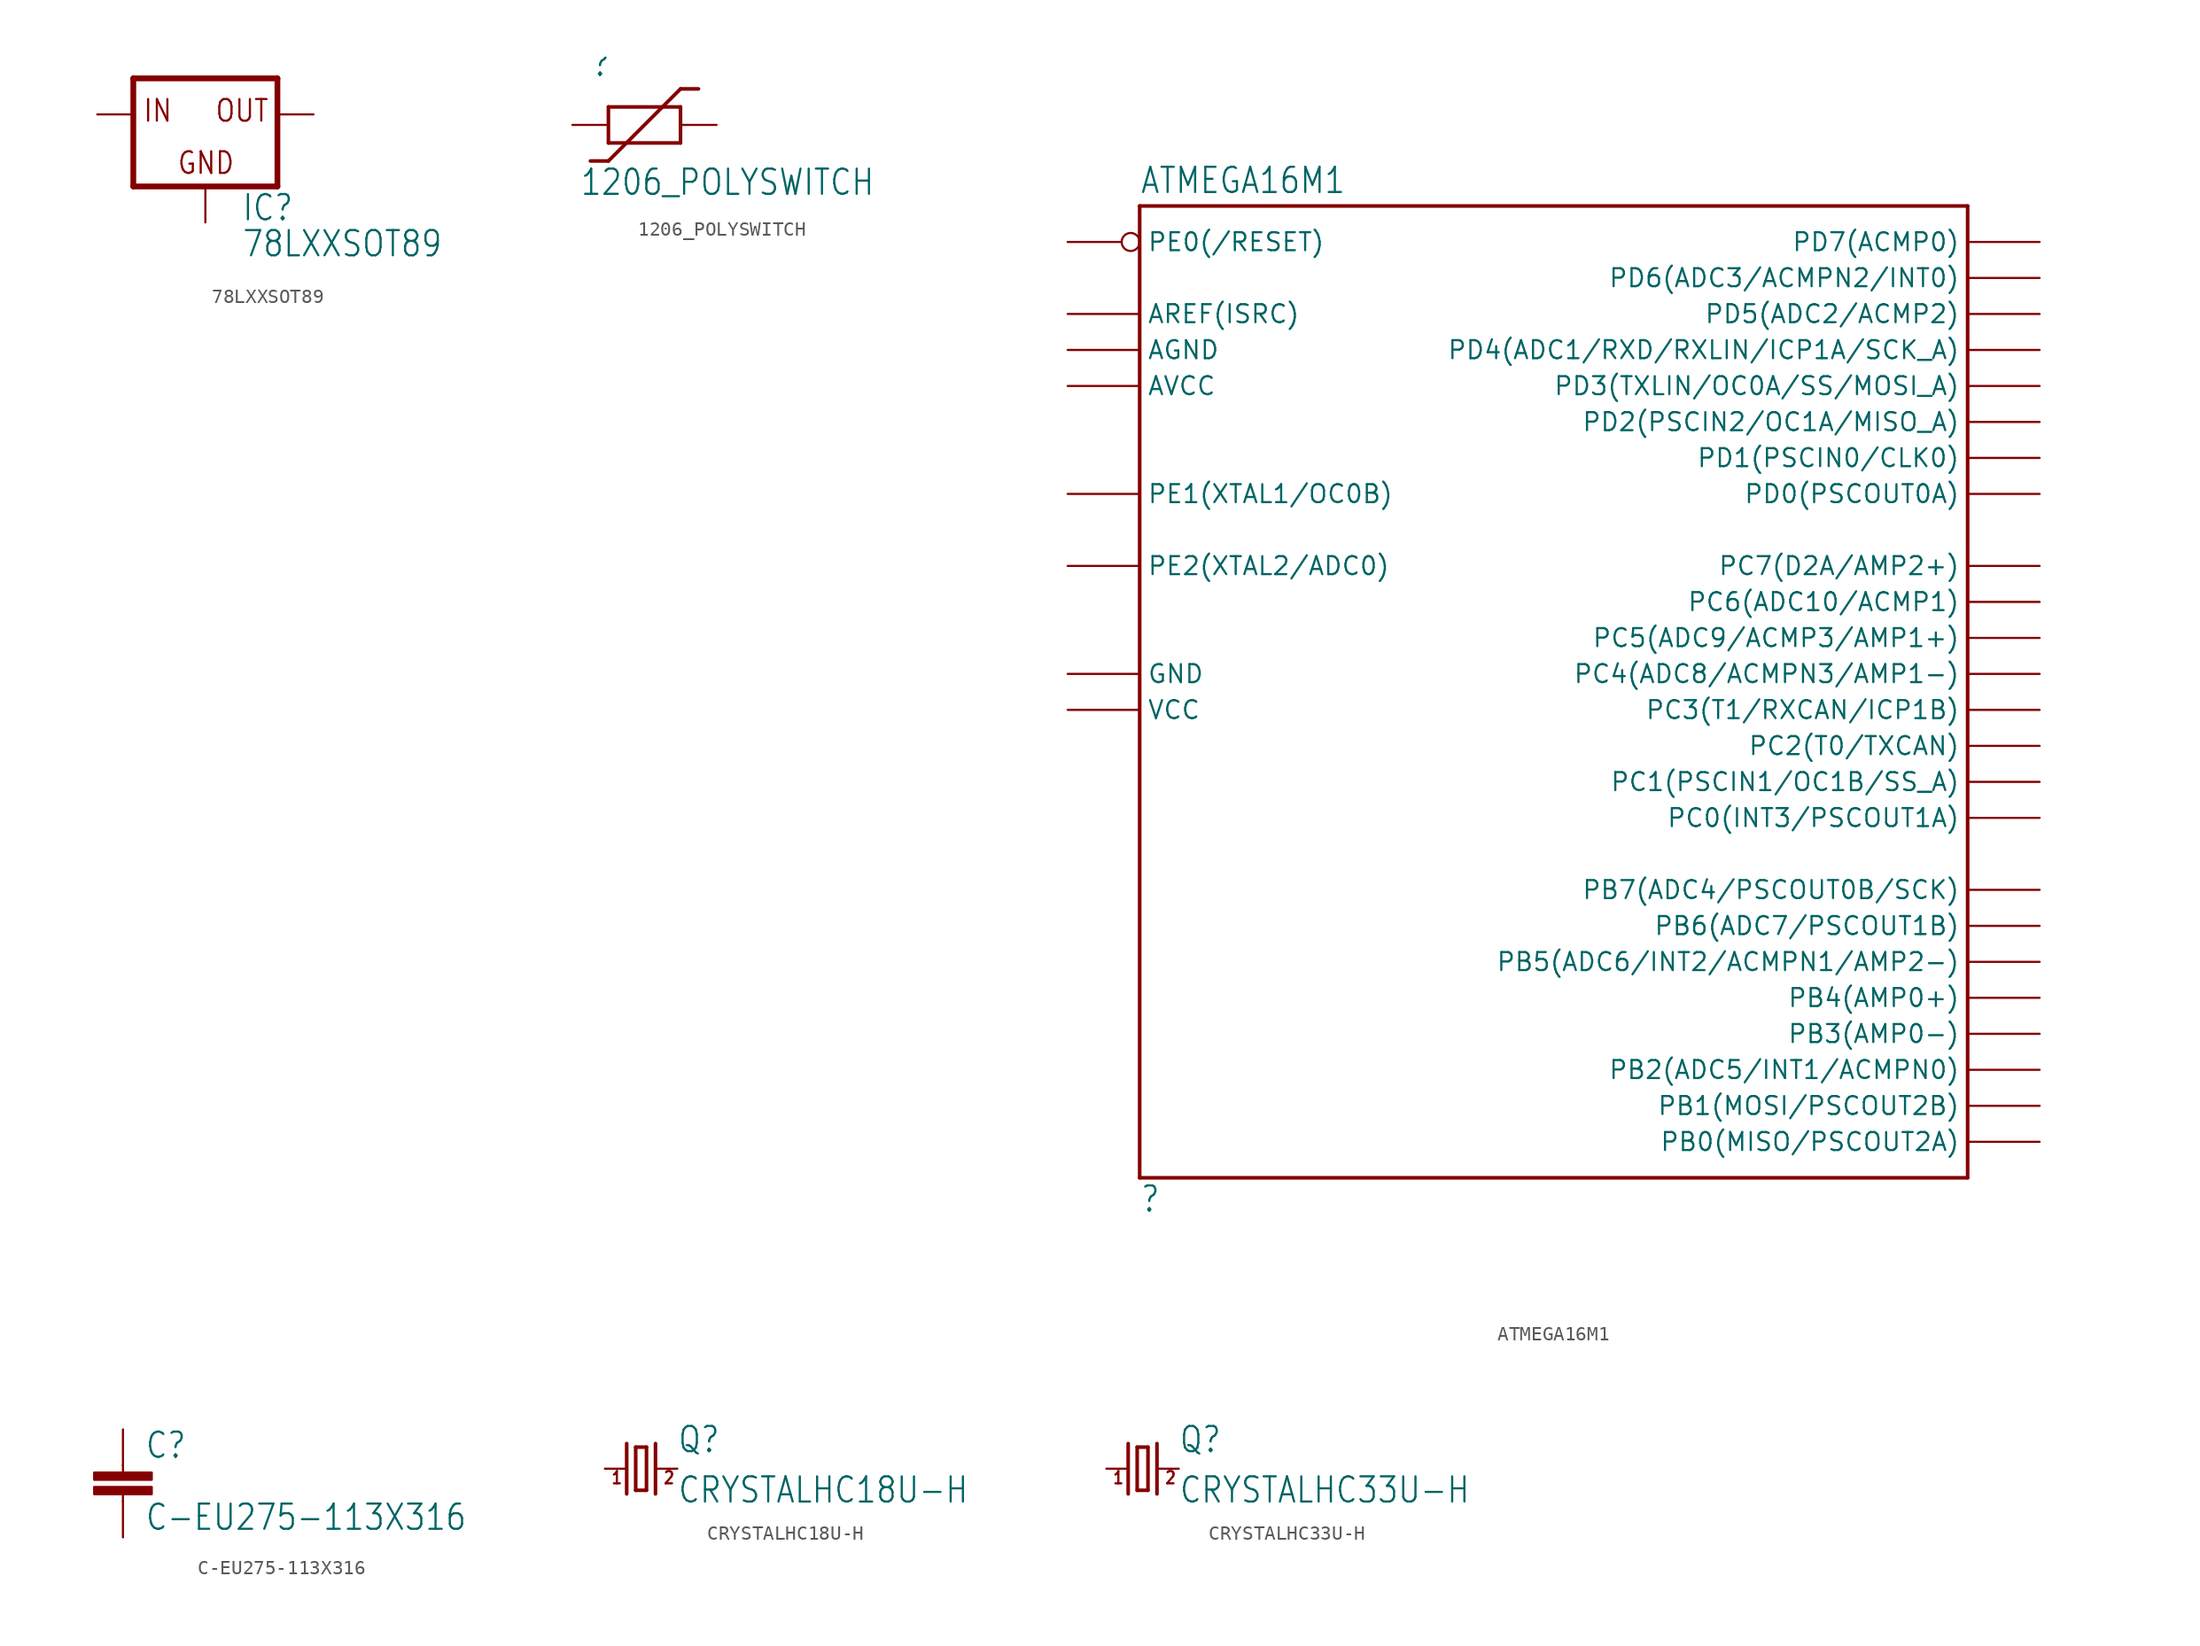
<source format=kicad_sym>
(kicad_symbol_lib
  (version 20211014)
  (generator kicad_symbol_editor)
  (symbol "78LXXSOT89"
    (property "Reference" "IC"
      (at 2.54 -7.62 0)
      (effects (font (size 1.778 1.511)) (justify left bottom)))
    (property "Value" "78LXXSOT89"
      (at 2.54 -10.16 0)
      (effects (font (size 1.778 1.511)) (justify left bottom)))
    (property "ki_locked" ""
      (at 0 0 0)
      (effects (font (size 1.27 1.27))))
    (symbol "78LXXSOT89_1_0"
      (polyline (pts (xy -5.08 -5.08) (xy 5.08 -5.08)) (stroke (width 0.406) (type default) (color 0 0 0 0)) (fill (type none)))
      (polyline (pts (xy -5.08 2.54) (xy -5.08 -5.08)) (stroke (width 0.406) (type default) (color 0 0 0 0)) (fill (type none)))
      (polyline (pts (xy 5.08 -5.08) (xy 5.08 2.54)) (stroke (width 0.406) (type default) (color 0 0 0 0)) (fill (type none)))
      (polyline (pts (xy 5.08 2.54) (xy -5.08 2.54)) (stroke (width 0.406) (type default) (color 0 0 0 0)) (fill (type none)))
      (text "GND" (at -2.032 -4.318 0) (effects (font (size 1.524 1.295)) (justify left bottom)))
      (text "IN" (at -4.445 -0.635 0) (effects (font (size 1.524 1.295)) (justify left bottom)))
      (text "OUT" (at 0.635 -0.635 0) (effects (font (size 1.524 1.295)) (justify left bottom)))
      (pin input line (at -7.62 0 0) (length 2.54) (name "IN" (effects (font (size 0 0)))) (number "1" (effects (font (size 0 0)))))
      (pin passive line (at 7.62 0 180) (length 2.54) (name "OUT" (effects (font (size 0 0)))) (number "2" (effects (font (size 0 0)))))
      (pin input line (at 0 -7.62 90) (length 2.54) (name "GND" (effects (font (size 0 0)))) (number "4" (effects (font (size 0 0)))))))
  (symbol "1206_POLYSWITCH"
    (property "Reference" ""
      (at -3.81 3.302 0)
      (effects (font (size 1.778 1.511)) (justify left bottom)))
    (property "Value" "1206_POLYSWITCH"
      (at -4.572 -5.08 0)
      (effects (font (size 1.778 1.511)) (justify left bottom)))
    (property "ki_locked" ""
      (at 0 0 0)
      (effects (font (size 1.27 1.27))))
    (symbol "1206_POLYSWITCH_1_0"
      (polyline (pts (xy -3.81 -2.54) (xy -2.54 -2.54)) (stroke (width 0.254) (type default) (color 0 0 0 0)) (fill (type none)))
      (polyline (pts (xy -2.54 -2.54) (xy 2.54 2.54)) (stroke (width 0.254) (type default) (color 0 0 0 0)) (fill (type none)))
      (polyline (pts (xy -2.54 -1.27) (xy -2.54 1.27)) (stroke (width 0.254) (type default) (color 0 0 0 0)) (fill (type none)))
      (polyline (pts (xy -2.54 1.27) (xy 2.54 1.27)) (stroke (width 0.254) (type default) (color 0 0 0 0)) (fill (type none)))
      (polyline (pts (xy 2.54 -1.27) (xy -2.54 -1.27)) (stroke (width 0.254) (type default) (color 0 0 0 0)) (fill (type none)))
      (polyline (pts (xy 2.54 1.27) (xy 2.54 -1.27)) (stroke (width 0.254) (type default) (color 0 0 0 0)) (fill (type none)))
      (polyline (pts (xy 2.54 2.54) (xy 3.81 2.54)) (stroke (width 0.254) (type default) (color 0 0 0 0)) (fill (type none)))
      (pin bidirectional line (at -5.08 0 0) (length 2.54) (name "P$1" (effects (font (size 0 0)))) (number "P$1" (effects (font (size 0 0)))))
      (pin bidirectional line (at 5.08 0 180) (length 2.54) (name "P$2" (effects (font (size 0 0)))) (number "P$2" (effects (font (size 0 0)))))))
  (symbol "ATMEGA16M1"
    (property "Reference" ""
      (at -30.48 -35.56 0)
      (effects (font (size 1.778 1.511)) (justify left bottom)))
    (property "Value" "ATMEGA16M1"
      (at -30.48 36.322 0)
      (effects (font (size 1.778 1.511)) (justify left bottom)))
    (property "ki_locked" ""
      (at 0 0 0)
      (effects (font (size 1.27 1.27))))
    (symbol "ATMEGA16M1_1_0"
      (polyline (pts (xy -30.48 -33.02) (xy -30.48 35.56)) (stroke (width 0.254) (type default) (color 0 0 0 0)) (fill (type none)))
      (polyline (pts (xy -30.48 35.56) (xy 27.94 35.56)) (stroke (width 0.254) (type default) (color 0 0 0 0)) (fill (type none)))
      (polyline (pts (xy 27.94 -33.02) (xy -30.48 -33.02)) (stroke (width 0.254) (type default) (color 0 0 0 0)) (fill (type none)))
      (polyline (pts (xy 27.94 35.56) (xy 27.94 -33.02)) (stroke (width 0.254) (type default) (color 0 0 0 0)) (fill (type none)))
      (pin bidirectional line (at 33.02 20.32 180) (length 5.08) (name "PD2(PSCIN2/OC1A/MISO_A)" (effects (font (size 1.27 1.27)))) (number "1" (effects (font (size 0 0)))))
      (pin bidirectional line (at -35.56 15.24 0) (length 5.08) (name "PE1(XTAL1/OC0B)" (effects (font (size 1.27 1.27)))) (number "10" (effects (font (size 0 0)))))
      (pin bidirectional line (at -35.56 10.16 0) (length 5.08) (name "PE2(XTAL2/ADC0)" (effects (font (size 1.27 1.27)))) (number "11" (effects (font (size 0 0)))))
      (pin bidirectional line (at 33.02 25.4 180) (length 5.08) (name "PD4(ADC1/RXD/RXLIN/ICP1A/SCK_A)" (effects (font (size 1.27 1.27)))) (number "12" (effects (font (size 0 0)))))
      (pin bidirectional line (at 33.02 27.94 180) (length 5.08) (name "PD5(ADC2/ACMP2)" (effects (font (size 1.27 1.27)))) (number "13" (effects (font (size 0 0)))))
      (pin bidirectional line (at 33.02 30.48 180) (length 5.08) (name "PD6(ADC3/ACMPN2/INT0)" (effects (font (size 1.27 1.27)))) (number "14" (effects (font (size 0 0)))))
      (pin bidirectional line (at 33.02 33.02 180) (length 5.08) (name "PD7(ACMP0)" (effects (font (size 1.27 1.27)))) (number "15" (effects (font (size 0 0)))))
      (pin bidirectional line (at 33.02 -25.4 180) (length 5.08) (name "PB2(ADC5/INT1/ACMPN0)" (effects (font (size 1.27 1.27)))) (number "16" (effects (font (size 0 0)))))
      (pin bidirectional line (at 33.02 2.54 180) (length 5.08) (name "PC4(ADC8/ACMPN3/AMP1-)" (effects (font (size 1.27 1.27)))) (number "17" (effects (font (size 0 0)))))
      (pin bidirectional line (at 33.02 5.08 180) (length 5.08) (name "PC5(ADC9/ACMP3/AMP1+)" (effects (font (size 1.27 1.27)))) (number "18" (effects (font (size 0 0)))))
      (pin bidirectional line (at -35.56 22.86 0) (length 5.08) (name "AVCC" (effects (font (size 1.27 1.27)))) (number "19" (effects (font (size 0 0)))))
      (pin bidirectional line (at 33.02 22.86 180) (length 5.08) (name "PD3(TXLIN/OC0A/SS/MOSI_A)" (effects (font (size 1.27 1.27)))) (number "2" (effects (font (size 0 0)))))
      (pin bidirectional line (at -35.56 25.4 0) (length 5.08) (name "AGND" (effects (font (size 1.27 1.27)))) (number "20" (effects (font (size 0 0)))))
      (pin bidirectional line (at -35.56 27.94 0) (length 5.08) (name "AREF(ISRC)" (effects (font (size 1.27 1.27)))) (number "21" (effects (font (size 0 0)))))
      (pin bidirectional line (at 33.02 7.62 180) (length 5.08) (name "PC6(ADC10/ACMP1)" (effects (font (size 1.27 1.27)))) (number "22" (effects (font (size 0 0)))))
      (pin bidirectional line (at 33.02 -22.86 180) (length 5.08) (name "PB3(AMP0-)" (effects (font (size 1.27 1.27)))) (number "23" (effects (font (size 0 0)))))
      (pin bidirectional line (at 33.02 -20.32 180) (length 5.08) (name "PB4(AMP0+)" (effects (font (size 1.27 1.27)))) (number "24" (effects (font (size 0 0)))))
      (pin bidirectional line (at 33.02 10.16 180) (length 5.08) (name "PC7(D2A/AMP2+)" (effects (font (size 1.27 1.27)))) (number "25" (effects (font (size 0 0)))))
      (pin bidirectional line (at 33.02 -17.78 180) (length 5.08) (name "PB5(ADC6/INT2/ACMPN1/AMP2-)" (effects (font (size 1.27 1.27)))) (number "26" (effects (font (size 0 0)))))
      (pin bidirectional line (at 33.02 -15.24 180) (length 5.08) (name "PB6(ADC7/PSCOUT1B)" (effects (font (size 1.27 1.27)))) (number "27" (effects (font (size 0 0)))))
      (pin bidirectional line (at 33.02 -12.7 180) (length 5.08) (name "PB7(ADC4/PSCOUT0B/SCK)" (effects (font (size 1.27 1.27)))) (number "28" (effects (font (size 0 0)))))
      (pin bidirectional line (at 33.02 15.24 180) (length 5.08) (name "PD0(PSCOUT0A)" (effects (font (size 1.27 1.27)))) (number "29" (effects (font (size 0 0)))))
      (pin bidirectional line (at 33.02 -5.08 180) (length 5.08) (name "PC1(PSCIN1/OC1B/SS_A)" (effects (font (size 1.27 1.27)))) (number "3" (effects (font (size 0 0)))))
      (pin bidirectional line (at 33.02 -7.62 180) (length 5.08) (name "PC0(INT3/PSCOUT1A)" (effects (font (size 1.27 1.27)))) (number "30" (effects (font (size 0 0)))))
      (pin bidirectional inverted (at -35.56 33.02 0) (length 5.08) (name "PE0(/RESET)" (effects (font (size 1.27 1.27)))) (number "31" (effects (font (size 0 0)))))
      (pin bidirectional line (at 33.02 17.78 180) (length 5.08) (name "PD1(PSCIN0/CLK0)" (effects (font (size 1.27 1.27)))) (number "32" (effects (font (size 0 0)))))
      (pin bidirectional line (at -35.56 0 0) (length 5.08) (name "VCC" (effects (font (size 1.27 1.27)))) (number "4" (effects (font (size 0 0)))))
      (pin bidirectional line (at -35.56 2.54 0) (length 5.08) (name "GND" (effects (font (size 1.27 1.27)))) (number "5" (effects (font (size 0 0)))))
      (pin bidirectional line (at 33.02 -2.54 180) (length 5.08) (name "PC2(T0/TXCAN)" (effects (font (size 1.27 1.27)))) (number "6" (effects (font (size 0 0)))))
      (pin bidirectional line (at 33.02 0 180) (length 5.08) (name "PC3(T1/RXCAN/ICP1B)" (effects (font (size 1.27 1.27)))) (number "7" (effects (font (size 0 0)))))
      (pin bidirectional line (at 33.02 -30.48 180) (length 5.08) (name "PB0(MISO/PSCOUT2A)" (effects (font (size 1.27 1.27)))) (number "8" (effects (font (size 0 0)))))
      (pin bidirectional line (at 33.02 -27.94 180) (length 5.08) (name "PB1(MOSI/PSCOUT2B)" (effects (font (size 1.27 1.27)))) (number "9" (effects (font (size 0 0)))))))
  (symbol "C-EU275-113X316"
    (property "Reference" "C"
      (at 1.524 0.381 0)
      (effects (font (size 1.778 1.511)) (justify left bottom)))
    (property "Value" "C-EU275-113X316"
      (at 1.524 -4.699 0)
      (effects (font (size 1.778 1.511)) (justify left bottom)))
    (property "ki_locked" ""
      (at 0 0 0)
      (effects (font (size 1.27 1.27))))
    (symbol "C-EU275-113X316_1_0"
      (rectangle (start -2.032 -2.032) (end 2.032 -1.524) (stroke (width 0) (type default) (color 0 0 0 0)) (fill (type outline)))
      (rectangle (start -2.032 -1.016) (end 2.032 -0.508) (stroke (width 0) (type default) (color 0 0 0 0)) (fill (type outline)))
      (polyline (pts (xy 0 -2.54) (xy 0 -2.032)) (stroke (width 0.152) (type default) (color 0 0 0 0)) (fill (type none)))
      (polyline (pts (xy 0 0) (xy 0 -0.508)) (stroke (width 0.152) (type default) (color 0 0 0 0)) (fill (type none)))
      (pin passive line (at 0 2.54 270) (length 2.54) (name "1" (effects (font (size 0 0)))) (number "1" (effects (font (size 0 0)))))
      (pin passive line (at 0 -5.08 90) (length 2.54) (name "2" (effects (font (size 0 0)))) (number "2" (effects (font (size 0 0)))))))
  (symbol "CRYSTALHC18U-H"
    (property "Reference" "Q"
      (at 2.54 1.016 0)
      (effects (font (size 1.778 1.511)) (justify left bottom)))
    (property "Value" "CRYSTALHC18U-H"
      (at 2.54 -2.54 0)
      (effects (font (size 1.778 1.511)) (justify left bottom)))
    (property "ki_locked" ""
      (at 0 0 0)
      (effects (font (size 1.27 1.27))))
    (symbol "CRYSTALHC18U-H_1_0"
      (polyline (pts (xy -2.54 0) (xy -1.016 0)) (stroke (width 0.152) (type default) (color 0 0 0 0)) (fill (type none)))
      (polyline (pts (xy -1.016 1.778) (xy -1.016 -1.778)) (stroke (width 0.254) (type default) (color 0 0 0 0)) (fill (type none)))
      (polyline (pts (xy -0.381 -1.524) (xy 0.381 -1.524)) (stroke (width 0.254) (type default) (color 0 0 0 0)) (fill (type none)))
      (polyline (pts (xy -0.381 1.524) (xy -0.381 -1.524)) (stroke (width 0.254) (type default) (color 0 0 0 0)) (fill (type none)))
      (polyline (pts (xy 0.381 -1.524) (xy 0.381 1.524)) (stroke (width 0.254) (type default) (color 0 0 0 0)) (fill (type none)))
      (polyline (pts (xy 0.381 1.524) (xy -0.381 1.524)) (stroke (width 0.254) (type default) (color 0 0 0 0)) (fill (type none)))
      (polyline (pts (xy 1.016 0) (xy 2.54 0)) (stroke (width 0.152) (type default) (color 0 0 0 0)) (fill (type none)))
      (polyline (pts (xy 1.016 1.778) (xy 1.016 -1.778)) (stroke (width 0.254) (type default) (color 0 0 0 0)) (fill (type none)))
      (text "1" (at -2.159 -1.143 0) (effects (font (size 0.864 0.734)) (justify left bottom)))
      (text "2" (at 1.524 -1.143 0) (effects (font (size 0.864 0.734)) (justify left bottom)))
      (pin passive line (at -2.54 0 0) (length 0) (name "1" (effects (font (size 0 0)))) (number "1" (effects (font (size 0 0)))))
      (pin passive line (at 2.54 0 180) (length 0) (name "2" (effects (font (size 0 0)))) (number "2" (effects (font (size 0 0)))))))
  (symbol "CRYSTALHC33U-H"
    (property "Reference" "Q"
      (at 2.54 1.016 0)
      (effects (font (size 1.778 1.511)) (justify left bottom)))
    (property "Value" "CRYSTALHC33U-H"
      (at 2.54 -2.54 0)
      (effects (font (size 1.778 1.511)) (justify left bottom)))
    (property "ki_locked" ""
      (at 0 0 0)
      (effects (font (size 1.27 1.27))))
    (symbol "CRYSTALHC33U-H_1_0"
      (polyline (pts (xy -2.54 0) (xy -1.016 0)) (stroke (width 0.152) (type default) (color 0 0 0 0)) (fill (type none)))
      (polyline (pts (xy -1.016 1.778) (xy -1.016 -1.778)) (stroke (width 0.254) (type default) (color 0 0 0 0)) (fill (type none)))
      (polyline (pts (xy -0.381 -1.524) (xy 0.381 -1.524)) (stroke (width 0.254) (type default) (color 0 0 0 0)) (fill (type none)))
      (polyline (pts (xy -0.381 1.524) (xy -0.381 -1.524)) (stroke (width 0.254) (type default) (color 0 0 0 0)) (fill (type none)))
      (polyline (pts (xy 0.381 -1.524) (xy 0.381 1.524)) (stroke (width 0.254) (type default) (color 0 0 0 0)) (fill (type none)))
      (polyline (pts (xy 0.381 1.524) (xy -0.381 1.524)) (stroke (width 0.254) (type default) (color 0 0 0 0)) (fill (type none)))
      (polyline (pts (xy 1.016 0) (xy 2.54 0)) (stroke (width 0.152) (type default) (color 0 0 0 0)) (fill (type none)))
      (polyline (pts (xy 1.016 1.778) (xy 1.016 -1.778)) (stroke (width 0.254) (type default) (color 0 0 0 0)) (fill (type none)))
      (text "1" (at -2.159 -1.143 0) (effects (font (size 0.864 0.734)) (justify left bottom)))
      (text "2" (at 1.524 -1.143 0) (effects (font (size 0.864 0.734)) (justify left bottom)))
      (pin passive line (at -2.54 0 0) (length 0) (name "1" (effects (font (size 0 0)))) (number "1" (effects (font (size 0 0)))))
      (pin passive line (at 2.54 0 180) (length 0) (name "2" (effects (font (size 0 0)))) (number "2" (effects (font (size 0 0))))))))
</source>
